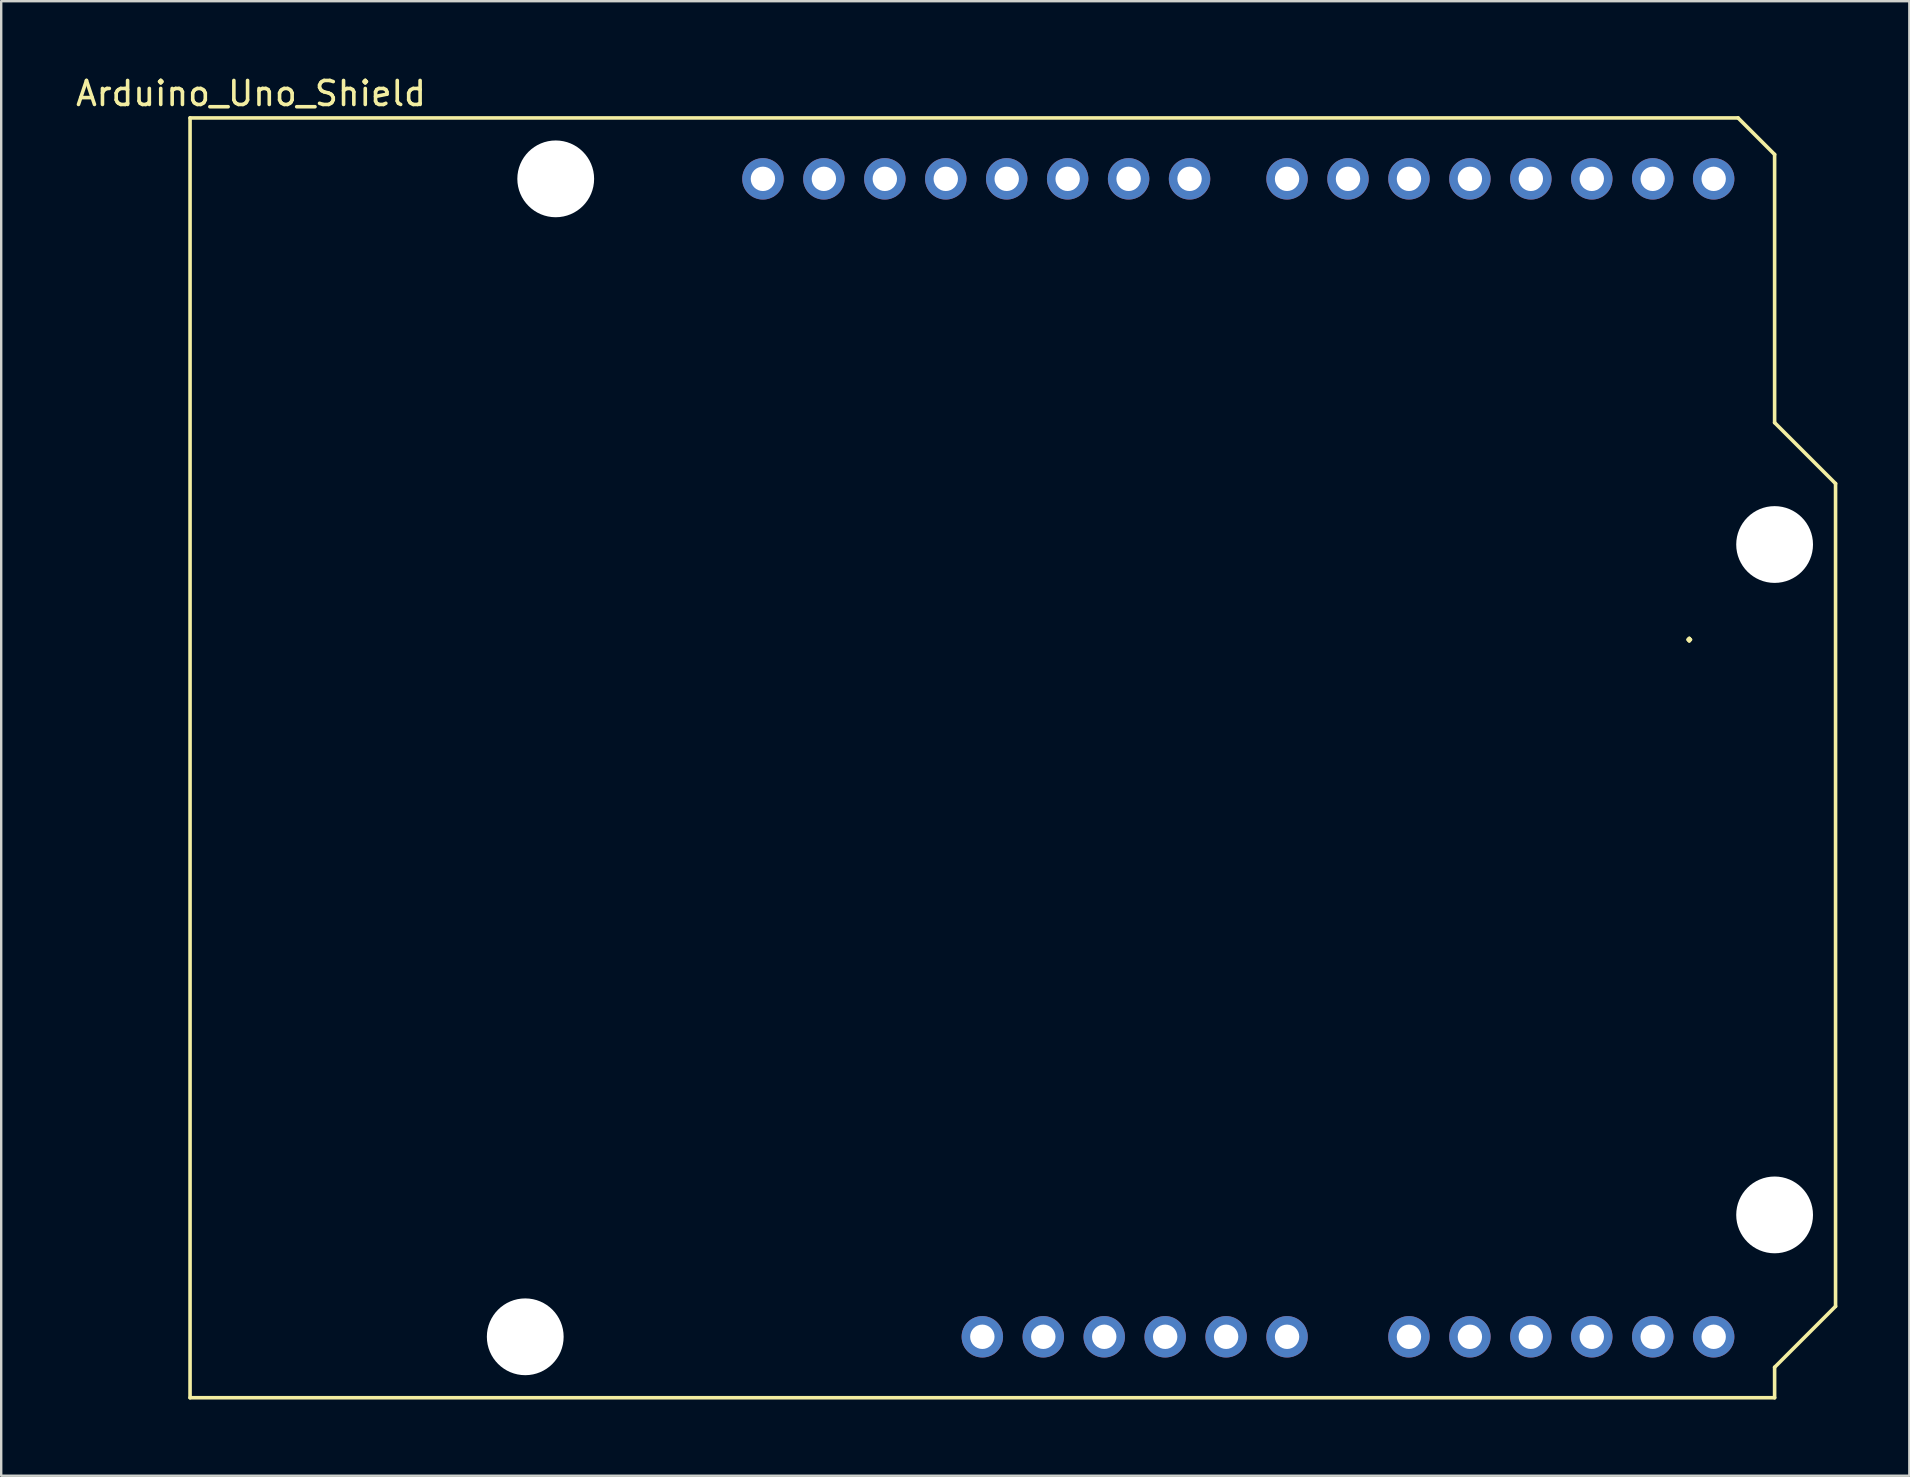
<source format=kicad_pcb>
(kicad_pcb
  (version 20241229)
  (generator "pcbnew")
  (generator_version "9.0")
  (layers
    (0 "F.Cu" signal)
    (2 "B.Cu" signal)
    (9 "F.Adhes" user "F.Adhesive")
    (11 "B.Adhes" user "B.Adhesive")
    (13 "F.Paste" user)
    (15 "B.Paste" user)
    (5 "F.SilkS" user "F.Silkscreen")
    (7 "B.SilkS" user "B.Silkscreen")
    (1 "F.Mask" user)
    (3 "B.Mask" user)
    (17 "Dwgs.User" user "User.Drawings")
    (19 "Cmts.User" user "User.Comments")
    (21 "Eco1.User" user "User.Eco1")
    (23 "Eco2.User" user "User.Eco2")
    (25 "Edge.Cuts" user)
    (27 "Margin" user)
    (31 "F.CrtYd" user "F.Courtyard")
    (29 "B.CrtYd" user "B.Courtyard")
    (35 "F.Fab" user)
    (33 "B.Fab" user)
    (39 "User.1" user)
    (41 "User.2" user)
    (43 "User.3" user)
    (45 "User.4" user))
  (footprint "Arduino_Uno_Shield"
    (layer "F.Cu")
    (at 4.871 55.204)
    (property "Reference" "Arduino_Uno_Shield" (at 2.54 -54.356 0) (layer "F.SilkS") (effects (font (size 1 1) (thickness 0.15))))
    (attr through_hole)
    (fp_line (start 0 -53.34) (end 0 0) (stroke (width 0.15) (type solid)) (layer "F.SilkS"))
    (fp_line (start 0 -53.34) (end 64.516 -53.34) (stroke (width 0.15) (type solid)) (layer "F.SilkS"))
    (fp_line (start 0 0) (end 66.04 0) (stroke (width 0.15) (type solid)) (layer "F.SilkS"))
    (fp_line (start 64.516 -53.34) (end 66.04 -51.816) (stroke (width 0.15) (type solid)) (layer "F.SilkS"))
    (fp_line (start 66.04 -40.64) (end 66.04 -51.816) (stroke (width 0.15) (type solid)) (layer "F.SilkS"))
    (fp_line (start 66.04 -1.27) (end 68.58 -3.81) (stroke (width 0.15) (type solid)) (layer "F.SilkS"))
    (fp_line (start 66.04 0) (end 66.04 -1.27) (stroke (width 0.15) (type solid)) (layer "F.SilkS"))
    (fp_line (start 68.58 -38.1) (end 66.04 -40.64) (stroke (width 0.15) (type solid)) (layer "F.SilkS"))
    (fp_line (start 68.58 -3.81) (end 68.58 -38.1) (stroke (width 0.15) (type solid)) (layer "F.SilkS"))
    (fp_text user "." (at 62.484 -32.004 0) (layer "F.SilkS") (effects (font (size 1 1) (thickness 0.15))))
    (pad "" np_thru_hole circle (at 13.97 -2.54) (size 3.2 3.2) (drill 3.2) (layers "*.Cu" "*.Mask"))
    (pad "" np_thru_hole circle (at 15.24 -50.8) (size 3.2 3.2) (drill 3.2) (layers "*.Cu" "*.Mask"))
    (pad "" np_thru_hole circle (at 66.04 -35.56) (size 3.2 3.2) (drill 3.2) (layers "*.Cu" "*.Mask"))
    (pad "" np_thru_hole circle (at 66.04 -7.62) (size 3.2 3.2) (drill 3.2) (layers "*.Cu" "*.Mask"))
    (pad "3.3V" thru_hole oval (at 35.56 -2.54) (size 1.727 1.727) (drill 1.016) (layers "*.Cu" "*.Mask"))
    (pad "5V1" thru_hole oval (at 38.1 -2.54) (size 1.727 1.727) (drill 1.016) (layers "*.Cu" "*.Mask"))
    (pad "A0" thru_hole oval (at 50.8 -2.54) (size 1.727 1.727) (drill 1.016) (layers "*.Cu" "*.Mask"))
    (pad "A1" thru_hole oval (at 53.34 -2.54) (size 1.727 1.727) (drill 1.016) (layers "*.Cu" "*.Mask"))
    (pad "A2" thru_hole oval (at 55.88 -2.54) (size 1.727 1.727) (drill 1.016) (layers "*.Cu" "*.Mask"))
    (pad "A3" thru_hole oval (at 58.42 -2.54) (size 1.727 1.727) (drill 1.016) (layers "*.Cu" "*.Mask"))
    (pad "A4" thru_hole oval (at 60.96 -2.54) (size 1.727 1.727) (drill 1.016) (layers "*.Cu" "*.Mask"))
    (pad "A5" thru_hole oval (at 63.5 -2.54) (size 1.727 1.727) (drill 1.016) (layers "*.Cu" "*.Mask"))
    (pad "AREF" thru_hole oval (at 23.876 -50.8) (size 1.727 1.727) (drill 1.016) (layers "*.Cu" "*.Mask"))
    (pad "D0" thru_hole oval (at 63.5 -50.8) (size 1.727 1.727) (drill 1.016) (layers "*.Cu" "*.Mask"))
    (pad "D1" thru_hole oval (at 60.96 -50.8) (size 1.727 1.727) (drill 1.016) (layers "*.Cu" "*.Mask"))
    (pad "D2" thru_hole oval (at 58.42 -50.8) (size 1.727 1.727) (drill 1.016) (layers "*.Cu" "*.Mask"))
    (pad "D3" thru_hole oval (at 55.88 -50.8) (size 1.727 1.727) (drill 1.016) (layers "*.Cu" "*.Mask"))
    (pad "D4" thru_hole oval (at 53.34 -50.8) (size 1.727 1.727) (drill 1.016) (layers "*.Cu" "*.Mask"))
    (pad "D5" thru_hole oval (at 50.8 -50.8) (size 1.727 1.727) (drill 1.016) (layers "*.Cu" "*.Mask"))
    (pad "D6" thru_hole oval (at 48.26 -50.8) (size 1.727 1.727) (drill 1.016) (layers "*.Cu" "*.Mask"))
    (pad "D7" thru_hole oval (at 45.72 -50.8) (size 1.727 1.727) (drill 1.016) (layers "*.Cu" "*.Mask"))
    (pad "D8" thru_hole oval (at 41.656 -50.8) (size 1.727 1.727) (drill 1.016) (layers "*.Cu" "*.Mask"))
    (pad "D9" thru_hole oval (at 39.116 -50.8) (size 1.727 1.727) (drill 1.016) (layers "*.Cu" "*.Mask"))
    (pad "D10" thru_hole oval (at 36.576 -50.8) (size 1.727 1.727) (drill 1.016) (layers "*.Cu" "*.Mask"))
    (pad "D11" thru_hole oval (at 34.036 -50.8) (size 1.727 1.727) (drill 1.016) (layers "*.Cu" "*.Mask"))
    (pad "D12" thru_hole oval (at 31.496 -50.8) (size 1.727 1.727) (drill 1.016) (layers "*.Cu" "*.Mask"))
    (pad "D13" thru_hole oval (at 28.956 -50.8) (size 1.727 1.727) (drill 1.016) (layers "*.Cu" "*.Mask"))
    (pad "GND1" thru_hole oval (at 26.416 -50.8) (size 1.727 1.727) (drill 1.016) (layers "*.Cu" "*.Mask"))
    (pad "GND2" thru_hole oval (at 40.64 -2.54) (size 1.727 1.727) (drill 1.016) (layers "*.Cu" "*.Mask"))
    (pad "GND3" thru_hole oval (at 43.18 -2.54) (size 1.727 1.727) (drill 1.016) (layers "*.Cu" "*.Mask"))
    (pad "RST1" thru_hole oval (at 33.02 -2.54) (size 1.727 1.727) (drill 1.016) (layers "*.Cu" "*.Mask"))
    (pad "VIN" thru_hole oval (at 45.72 -2.54) (size 1.727 1.727) (drill 1.016) (layers "*.Cu" "*.Mask")))
  (gr_rect
    (start -3 -3)
    (end 76.526 58.454)
    (stroke (width 0.1) (type default))
    (fill no)
    (layer "Edge.Cuts")))
</source>
